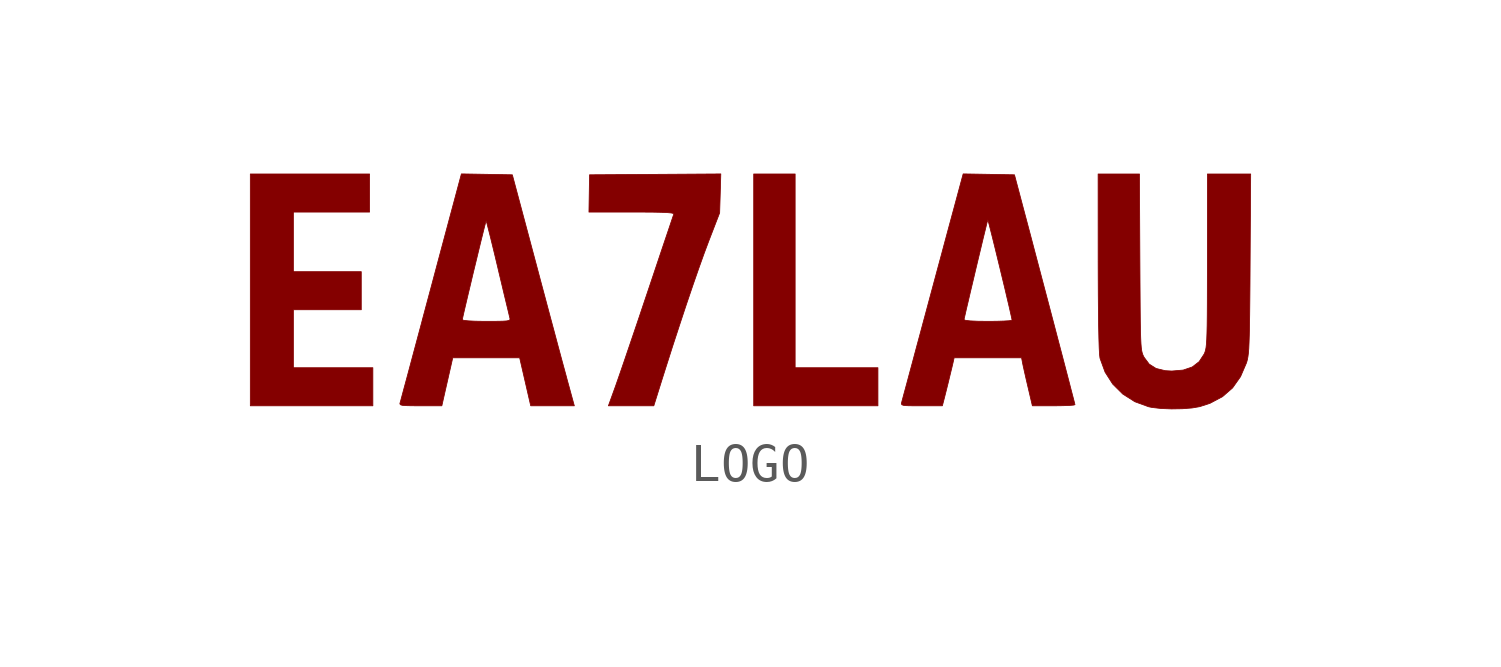
<source format=kicad_sym>
(kicad_symbol_lib
  (version 20220914)
  (generator "bitmap2component")
  (generator_version "9.0")
  (symbol "LOGO"
    (pin_names
      (offset 1.016))
    (property "Reference" "#G"
      (at 0 21.904 0)
      (effects (font (size 1.27 1.27)) hide))
    (symbol "LOGO_0_0"
      (polyline (pts (xy 11.656 -2.807) (xy 11.915 -2.787) (xy 12.12 -2.752) (xy 12.396 -2.662) (xy 12.726 -2.487) (xy 12.995 -2.253) (xy 13.206 -1.954) (xy 13.365 -1.585) (xy 13.373 -1.559) (xy 13.389 -1.497) (xy 13.403 -1.422) (xy 13.415 -1.328) (xy 13.425 -1.207) (xy 13.432 -1.05) (xy 13.439 -0.852) (xy 13.444 -0.603) (xy 13.449 -0.296) (xy 13.453 0.076) (xy 13.457 0.52) (xy 13.46 1.046) (xy 13.475 3.434) (xy 12.9 3.434) (xy 12.326 3.434) (xy 12.325 1.133) (xy 12.325 0.834) (xy 12.324 0.369) (xy 12.323 -0.02) (xy 12.321 -0.341) (xy 12.318 -0.6) (xy 12.313 -0.806) (xy 12.307 -0.966) (xy 12.299 -1.088) (xy 12.289 -1.179) (xy 12.276 -1.247) (xy 12.261 -1.299) (xy 12.243 -1.343) (xy 12.238 -1.353) (xy 12.105 -1.556) (xy 11.922 -1.697) (xy 11.682 -1.779) (xy 11.379 -1.805) (xy 11.201 -1.795) (xy 10.96 -1.736) (xy 10.777 -1.62) (xy 10.643 -1.441) (xy 10.629 -1.415) (xy 10.609 -1.373) (xy 10.593 -1.326) (xy 10.579 -1.267) (xy 10.568 -1.187) (xy 10.559 -1.079) (xy 10.552 -0.935) (xy 10.546 -0.749) (xy 10.542 -0.512) (xy 10.539 -0.217) (xy 10.536 0.143) (xy 10.533 0.576) (xy 10.53 1.089) (xy 10.518 3.434) (xy 9.969 3.434) (xy 9.42 3.434) (xy 9.421 1.089) (xy 9.422 0.74) (xy 9.424 0.231) (xy 9.428 -0.222) (xy 9.433 -0.612) (xy 9.44 -0.936) (xy 9.448 -1.187) (xy 9.457 -1.36) (xy 9.468 -1.451) (xy 9.473 -1.474) (xy 9.605 -1.835) (xy 9.808 -2.152) (xy 10.075 -2.417) (xy 10.396 -2.621) (xy 10.763 -2.755) (xy 10.857 -2.774) (xy 11.095 -2.801) (xy 11.372 -2.812) (xy 11.656 -2.807)) (stroke (width 0.01) (type default)) (fill (type outline)))
      (polyline (pts (xy -9.861 -2.223) (xy -9.861 -1.717) (xy -10.917 -1.717) (xy -11.974 -1.717) (xy -11.974 -0.946) (xy -11.974 -0.176) (xy -11.071 -0.176) (xy -10.169 -0.176) (xy -10.169 0.33) (xy -10.169 0.836) (xy -11.071 0.836) (xy -11.974 0.836) (xy -11.974 1.629) (xy -11.974 2.421) (xy -10.961 2.421) (xy -9.949 2.421) (xy -9.949 2.927) (xy -9.949 3.434) (xy -11.534 3.434) (xy -13.118 3.434) (xy -13.118 0.352) (xy -13.118 -2.729) (xy -11.489 -2.729) (xy -9.861 -2.729) (xy -9.861 -2.223)) (stroke (width 0.01) (type default)) (fill (type outline)))
      (polyline (pts (xy -7.975 -2.498) (xy -7.965 -2.454) (xy -7.926 -2.282) (xy -7.878 -2.072) (xy -7.83 -1.86) (xy -7.737 -1.453) (xy -6.847 -1.453) (xy -5.958 -1.453) (xy -5.811 -2.091) (xy -5.664 -2.729) (xy -5.084 -2.729) (xy -4.505 -2.729) (xy -4.701 -2.014) (xy -4.715 -1.96) (xy -4.772 -1.75) (xy -4.848 -1.471) (xy -4.939 -1.133) (xy -5.042 -0.747) (xy -5.156 -0.324) (xy -5.276 0.126) (xy -5.4 0.589) (xy -5.524 1.056) (xy -6.153 3.412) (xy -6.83 3.424) (xy -7.507 3.436) (xy -7.734 2.587) (xy -7.786 2.394) (xy -7.862 2.11) (xy -7.954 1.766) (xy -8.059 1.374) (xy -8.173 0.947) (xy -8.293 0.497) (xy -8.416 0.038) (xy -8.538 -0.418) (xy -8.544 -0.442) (xy -7.484 -0.442) (xy -7.482 -0.432) (xy -7.465 -0.353) (xy -7.432 -0.207) (xy -7.385 -0.007) (xy -7.328 0.235) (xy -7.263 0.506) (xy -7.195 0.794) (xy -7.124 1.085) (xy -7.056 1.366) (xy -6.993 1.626) (xy -6.937 1.851) (xy -6.893 2.028) (xy -6.862 2.146) (xy -6.849 2.19) (xy -6.847 2.186) (xy -6.829 2.123) (xy -6.794 1.987) (xy -6.744 1.79) (xy -6.683 1.542) (xy -6.613 1.254) (xy -6.537 0.935) (xy -6.516 0.845) (xy -6.44 0.527) (xy -6.371 0.237) (xy -6.311 -0.012) (xy -6.263 -0.211) (xy -6.231 -0.346) (xy -6.216 -0.407) (xy -6.216 -0.409) (xy -6.216 -0.439) (xy -6.24 -0.459) (xy -6.303 -0.473) (xy -6.415 -0.48) (xy -6.59 -0.483) (xy -6.84 -0.484) (xy -6.898 -0.484) (xy -7.138 -0.48) (xy -7.322 -0.471) (xy -7.441 -0.458) (xy -7.484 -0.442) (xy -8.544 -0.442) (xy -8.565 -0.522) (xy -8.677 -0.939) (xy -8.782 -1.33) (xy -8.877 -1.686) (xy -8.961 -1.999) (xy -9.032 -2.261) (xy -9.086 -2.462) (xy -9.122 -2.596) (xy -9.138 -2.652) (xy -9.143 -2.675) (xy -9.129 -2.7) (xy -9.081 -2.716) (xy -8.985 -2.724) (xy -8.827 -2.728) (xy -8.595 -2.729) (xy -8.027 -2.729) (xy -7.975 -2.498)) (stroke (width 0.01) (type default)) (fill (type outline)))
      (polyline (pts (xy -2.182 -2.058) (xy -2.078 -1.73) (xy -1.892 -1.147) (xy -1.706 -0.578) (xy -1.526 -0.034) (xy -1.354 0.472) (xy -1.195 0.929) (xy -1.053 1.325) (xy -0.932 1.648) (xy -0.642 2.399) (xy -0.626 2.917) (xy -0.611 3.435) (xy -2.356 3.423) (xy -4.1 3.412) (xy -4.108 2.916) (xy -4.116 2.421) (xy -2.978 2.421) (xy -2.729 2.421) (xy -2.424 2.419) (xy -2.194 2.414) (xy -2.03 2.407) (xy -1.926 2.397) (xy -1.872 2.384) (xy -1.861 2.366) (xy -1.861 2.366) (xy -1.879 2.314) (xy -1.922 2.187) (xy -1.987 1.993) (xy -2.072 1.741) (xy -2.174 1.439) (xy -2.289 1.096) (xy -2.415 0.72) (xy -2.55 0.318) (xy -2.662 -0.014) (xy -2.802 -0.432) (xy -2.938 -0.833) (xy -3.065 -1.206) (xy -3.179 -1.541) (xy -3.277 -1.826) (xy -3.355 -2.05) (xy -3.408 -2.202) (xy -3.599 -2.729) (xy -2.995 -2.729) (xy -2.392 -2.729) (xy -2.182 -2.058)) (stroke (width 0.01) (type default)) (fill (type outline)))
      (polyline (pts (xy 3.566 -2.223) (xy 3.566 -1.717) (xy 2.465 -1.717) (xy 1.365 -1.717) (xy 1.365 0.858) (xy 1.365 3.434) (xy 0.814 3.434) (xy 0.264 3.434) (xy 0.264 0.352) (xy 0.264 -2.729) (xy 1.915 -2.729) (xy 3.566 -2.729) (xy 3.566 -2.223)) (stroke (width 0.01) (type default)) (fill (type outline)))
      (polyline (pts (xy 5.322 -2.564) (xy 5.339 -2.498) (xy 5.382 -2.327) (xy 5.434 -2.118) (xy 5.486 -1.903) (xy 5.533 -1.711) (xy 5.565 -1.574) (xy 5.592 -1.453) (xy 6.488 -1.453) (xy 7.385 -1.453) (xy 7.412 -1.596) (xy 7.428 -1.673) (xy 7.462 -1.826) (xy 7.506 -2.021) (xy 7.556 -2.234) (xy 7.672 -2.729) (xy 8.238 -2.729) (xy 8.275 -2.729) (xy 8.482 -2.726) (xy 8.65 -2.72) (xy 8.763 -2.711) (xy 8.804 -2.7) (xy 8.804 -2.7) (xy 8.793 -2.652) (xy 8.761 -2.527) (xy 8.71 -2.333) (xy 8.644 -2.077) (xy 8.563 -1.767) (xy 8.47 -1.411) (xy 8.366 -1.017) (xy 8.255 -0.593) (xy 8.137 -0.145) (xy 8.015 0.317) (xy 7.891 0.787) (xy 7.767 1.256) (xy 7.646 1.716) (xy 7.528 2.161) (xy 7.416 2.582) (xy 7.313 2.971) (xy 7.196 3.412) (xy 6.514 3.424) (xy 5.832 3.436) (xy 5.574 2.477) (xy 5.561 2.43) (xy 5.504 2.219) (xy 5.431 1.949) (xy 5.345 1.63) (xy 5.249 1.271) (xy 5.144 0.883) (xy 5.034 0.474) (xy 4.921 0.054) (xy 4.808 -0.367) (xy 4.788 -0.44) (xy 5.855 -0.44) (xy 5.859 -0.415) (xy 5.882 -0.316) (xy 5.919 -0.152) (xy 5.97 0.063) (xy 6.029 0.317) (xy 6.096 0.597) (xy 6.165 0.89) (xy 6.235 1.184) (xy 6.303 1.466) (xy 6.364 1.722) (xy 6.418 1.941) (xy 6.459 2.11) (xy 6.486 2.216) (xy 6.491 2.203) (xy 6.515 2.12) (xy 6.553 1.971) (xy 6.604 1.77) (xy 6.664 1.528) (xy 6.73 1.258) (xy 6.8 0.971) (xy 6.87 0.681) (xy 6.938 0.399) (xy 6.999 0.138) (xy 7.053 -0.09) (xy 7.094 -0.272) (xy 7.122 -0.397) (xy 7.131 -0.452) (xy 7.124 -0.457) (xy 7.05 -0.468) (xy 6.909 -0.476) (xy 6.719 -0.482) (xy 6.493 -0.484) (xy 6.481 -0.484) (xy 6.218 -0.481) (xy 6.021 -0.472) (xy 5.897 -0.458) (xy 5.855 -0.44) (xy 4.788 -0.44) (xy 4.697 -0.78) (xy 4.59 -1.175) (xy 4.492 -1.542) (xy 4.403 -1.872) (xy 4.327 -2.156) (xy 4.265 -2.383) (xy 4.222 -2.544) (xy 4.199 -2.63) (xy 4.197 -2.636) (xy 4.19 -2.675) (xy 4.203 -2.702) (xy 4.25 -2.718) (xy 4.343 -2.726) (xy 4.497 -2.729) (xy 4.726 -2.729) (xy 5.279 -2.729) (xy 5.322 -2.564)) (stroke (width 0.01) (type default)) (fill (type outline))))))
</source>
